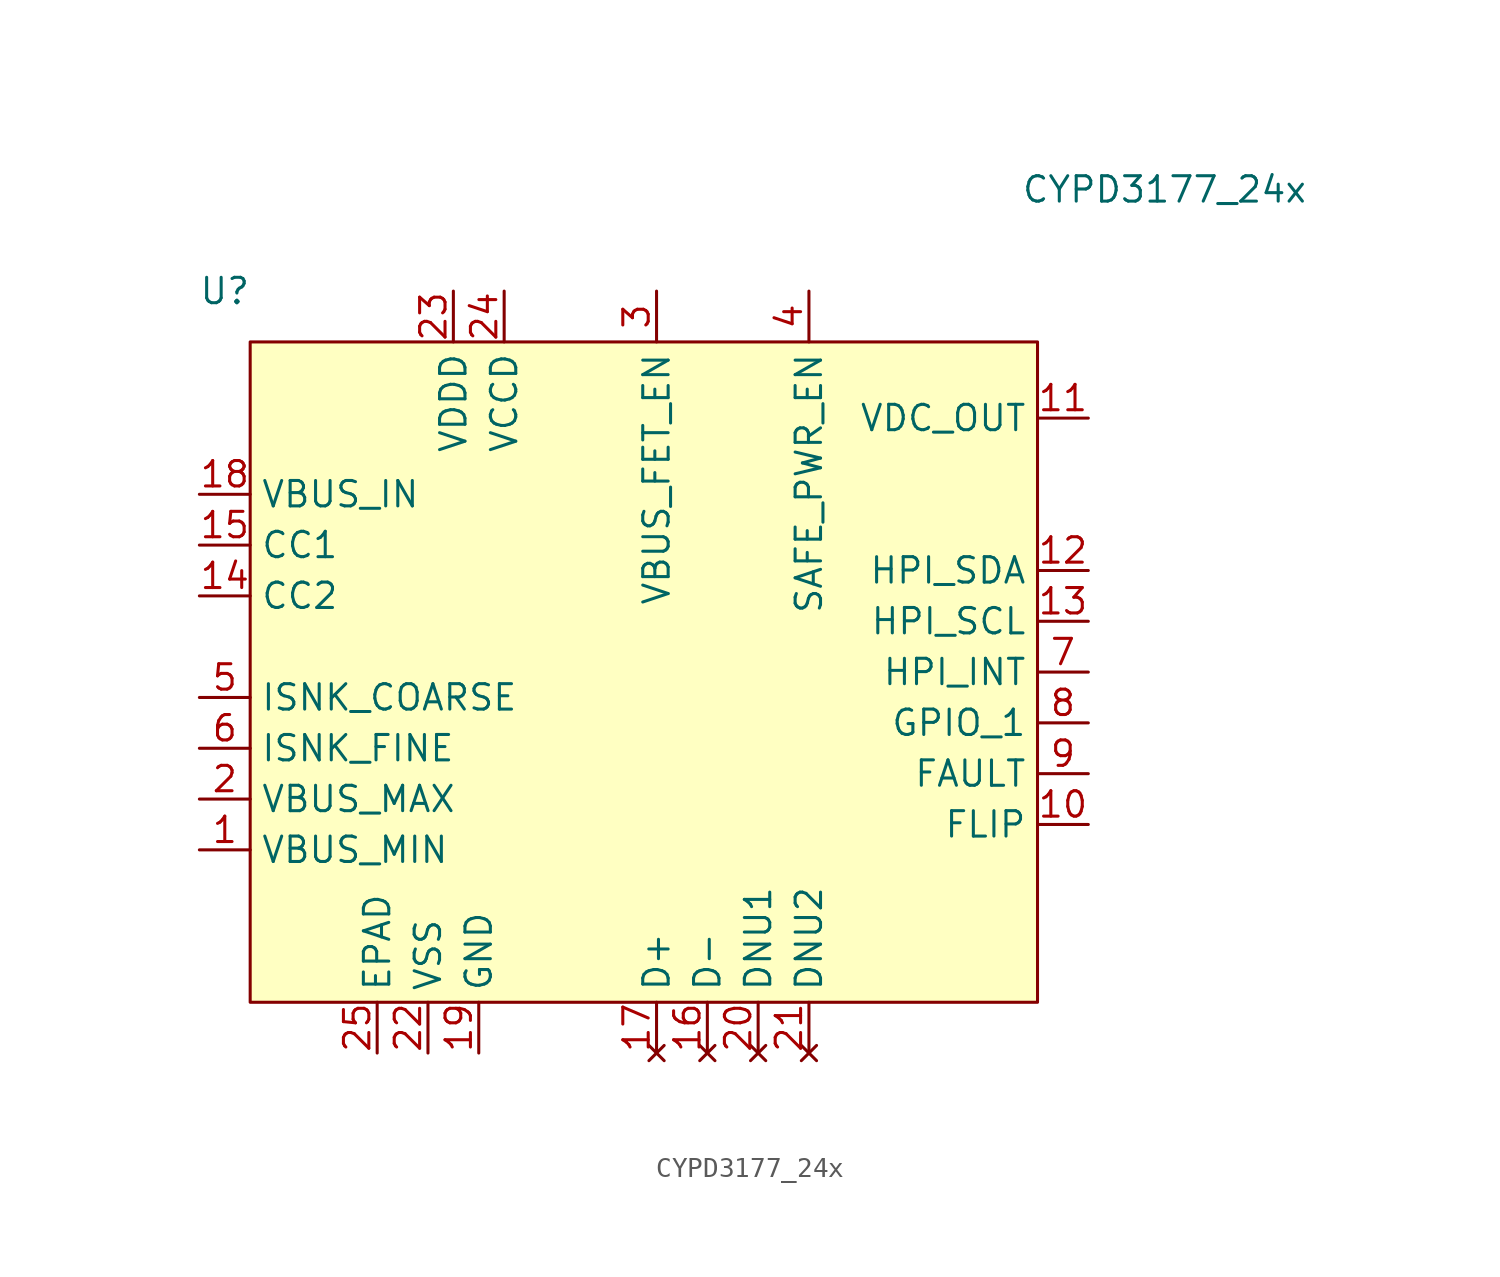
<source format=kicad_sym>
(kicad_symbol_lib
  (version 20220914)
  (generator kicad_symbol_editor)
  (symbol "CYPD3177_24x"
    (property "Reference" "U"
      (at -24.13 15.24 0)
      (effects (font (size 1.27 1.27))))
    (property "Value" "CYPD3177_24x"
      (at 22.86 20.32 0)
      (effects (font (size 1.27 1.27))))
    (symbol "CYPD3177_24x_1_1"
      (rectangle (start -22.86 12.7) (end 16.51 -20.32) (stroke (width 0) (type default)) (fill (type background)))
      (pin input line (at -25.4 -12.7 0) (length 2.54) (name "VBUS_MIN" (effects (font (size 1.27 1.27)))) (number "1" (effects (font (size 1.27 1.27)))))
      (pin bidirectional line (at 19.05 -11.43 180) (length 2.54) (name "FLIP" (effects (font (size 1.27 1.27)))) (number "10" (effects (font (size 1.27 1.27)))))
      (pin power_out line (at 19.05 8.89 180) (length 2.54) (name "VDC_OUT" (effects (font (size 1.27 1.27)))) (number "11" (effects (font (size 1.27 1.27)))))
      (pin bidirectional line (at 19.05 1.27 180) (length 2.54) (name "HPI_SDA" (effects (font (size 1.27 1.27)))) (number "12" (effects (font (size 1.27 1.27)))))
      (pin input line (at 19.05 -1.27 180) (length 2.54) (name "HPI_SCL" (effects (font (size 1.27 1.27)))) (number "13" (effects (font (size 1.27 1.27)))))
      (pin bidirectional line (at -25.4 0 0) (length 2.54) (name "CC2" (effects (font (size 1.27 1.27)))) (number "14" (effects (font (size 1.27 1.27)))))
      (pin bidirectional line (at -25.4 2.54 0) (length 2.54) (name "CC1" (effects (font (size 1.27 1.27)))) (number "15" (effects (font (size 1.27 1.27)))))
      (pin no_connect line (at 0 -22.86 90) (length 2.54) (name "D-" (effects (font (size 1.27 1.27)))) (number "16" (effects (font (size 1.27 1.27)))))
      (pin no_connect line (at -2.54 -22.86 90) (length 2.54) (name "D+" (effects (font (size 1.27 1.27)))) (number "17" (effects (font (size 1.27 1.27)))))
      (pin power_in line (at -25.4 5.08 0) (length 2.54) (name "VBUS_IN" (effects (font (size 1.27 1.27)))) (number "18" (effects (font (size 1.27 1.27)))))
      (pin power_in line (at -11.43 -22.86 90) (length 2.54) (name "GND" (effects (font (size 1.27 1.27)))) (number "19" (effects (font (size 1.27 1.27)))))
      (pin input line (at -25.4 -10.16 0) (length 2.54) (name "VBUS_MAX" (effects (font (size 1.27 1.27)))) (number "2" (effects (font (size 1.27 1.27)))))
      (pin no_connect line (at 2.54 -22.86 90) (length 2.54) (name "DNU1" (effects (font (size 1.27 1.27)))) (number "20" (effects (font (size 1.27 1.27)))))
      (pin no_connect line (at 5.08 -22.86 90) (length 2.54) (name "DNU2" (effects (font (size 1.27 1.27)))) (number "21" (effects (font (size 1.27 1.27)))))
      (pin power_in line (at -13.97 -22.86 90) (length 2.54) (name "VSS" (effects (font (size 1.27 1.27)))) (number "22" (effects (font (size 1.27 1.27)))))
      (pin power_out line (at -12.7 15.24 270) (length 2.54) (name "VDDD" (effects (font (size 1.27 1.27)))) (number "23" (effects (font (size 1.27 1.27)))))
      (pin power_out line (at -10.16 15.24 270) (length 2.54) (name "VCCD" (effects (font (size 1.27 1.27)))) (number "24" (effects (font (size 1.27 1.27)))))
      (pin power_in line (at -16.51 -22.86 90) (length 2.54) (name "EPAD" (effects (font (size 1.27 1.27)))) (number "25" (effects (font (size 1.27 1.27)))))
      (pin output line (at -2.54 15.24 270) (length 2.54) (name "VBUS_FET_EN" (effects (font (size 1.27 1.27)))) (number "3" (effects (font (size 1.27 1.27)))))
      (pin output line (at 5.08 15.24 270) (length 2.54) (name "SAFE_PWR_EN" (effects (font (size 1.27 1.27)))) (number "4" (effects (font (size 1.27 1.27)))))
      (pin input line (at -25.4 -5.08 0) (length 2.54) (name "ISNK_COARSE" (effects (font (size 1.27 1.27)))) (number "5" (effects (font (size 1.27 1.27)))))
      (pin input line (at -25.4 -7.62 0) (length 2.54) (name "ISNK_FINE" (effects (font (size 1.27 1.27)))) (number "6" (effects (font (size 1.27 1.27)))))
      (pin input line (at 19.05 -3.81 180) (length 2.54) (name "HPI_INT" (effects (font (size 1.27 1.27)))) (number "7" (effects (font (size 1.27 1.27)))))
      (pin bidirectional line (at 19.05 -6.35 180) (length 2.54) (name "GPIO_1" (effects (font (size 1.27 1.27)))) (number "8" (effects (font (size 1.27 1.27)))))
      (pin output line (at 19.05 -8.89 180) (length 2.54) (name "FAULT" (effects (font (size 1.27 1.27)))) (number "9" (effects (font (size 1.27 1.27))))))))
</source>
